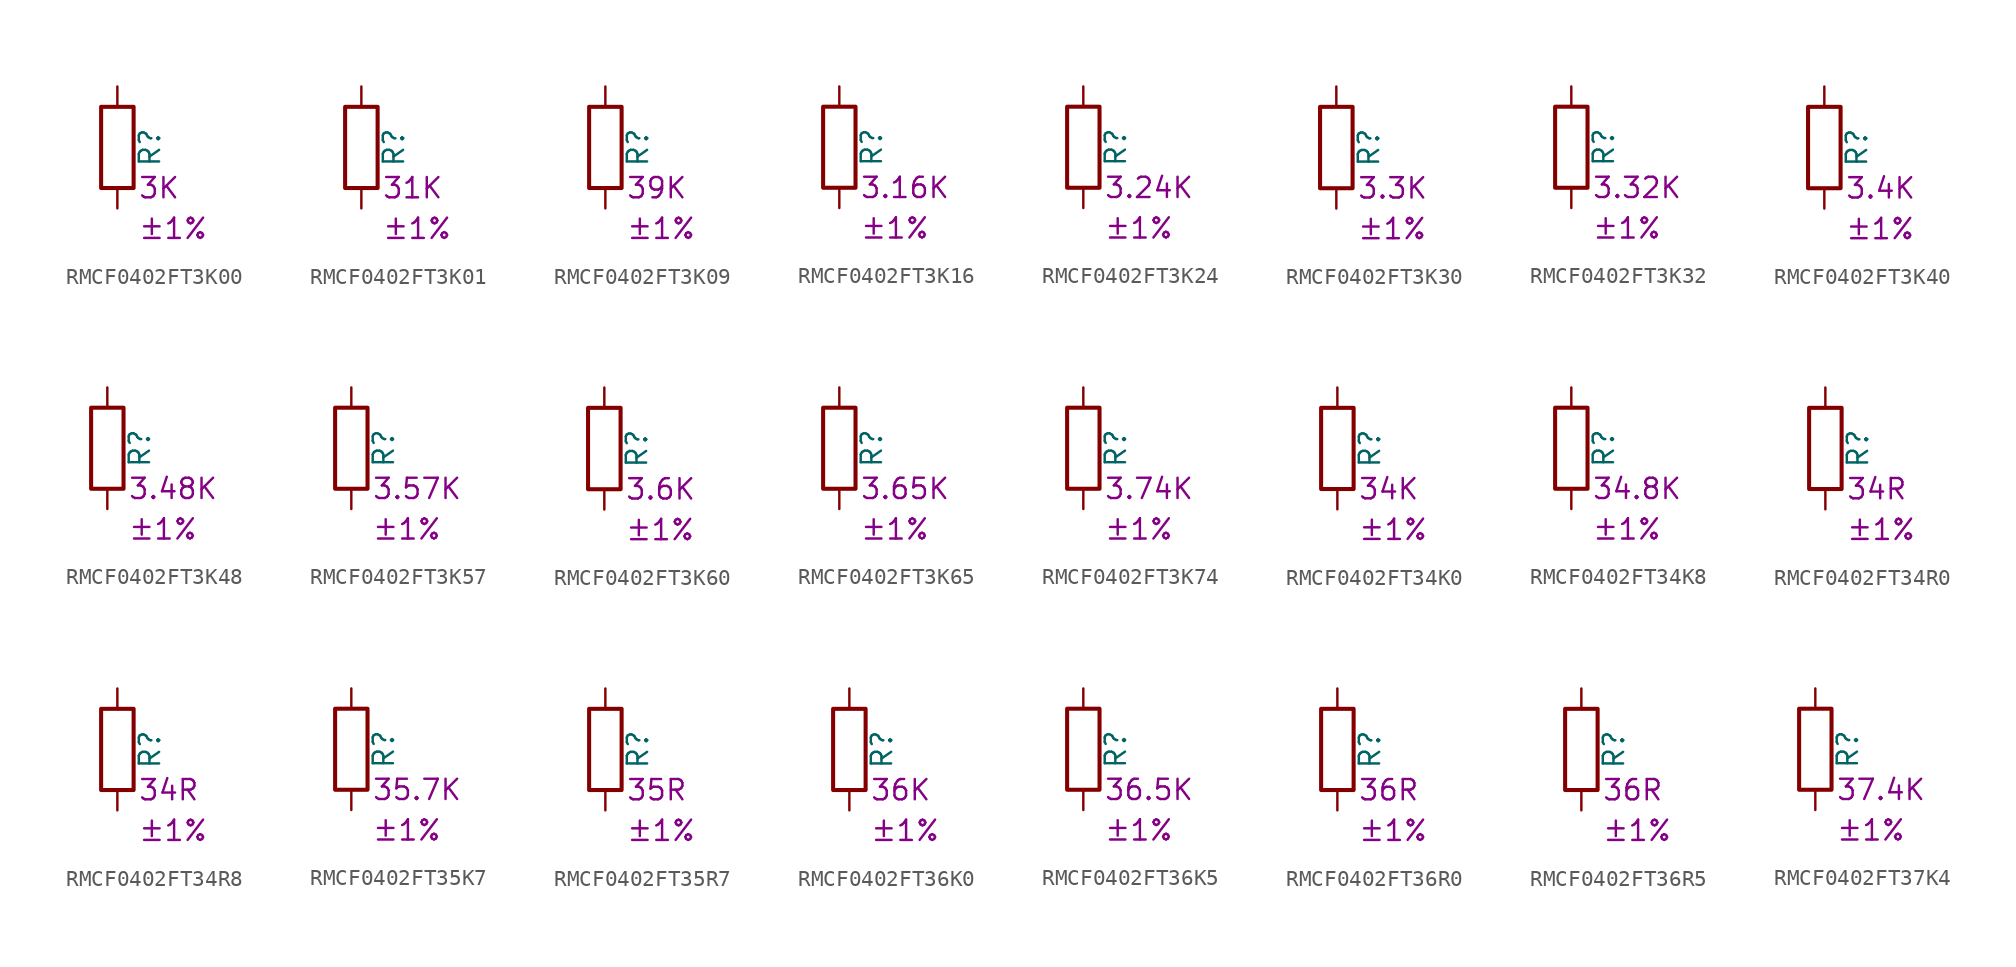
<source format=kicad_sym>
(kicad_symbol_lib
  (version 20220914)
  (generator kicad_symbol_editor)
  (symbol "RMCF0402FT3K00"
    (pin_numbers hide)
    (pin_names
      (offset 0))
    (property "Reference" "R"
      (at 2.032 0 90)
      (effects (font (size 1.27 1.27))))
    (property "Resistance" "3K"
      (at 1.27 -2.54 0)
      (effects (font (size 1.27 1.27)) (justify left)))
    (property "Tolerance" "±1%"
      (at 1.27 -5.08 0)
      (effects (font (size 1.27 1.27)) (justify left)))
    (symbol "RMCF0402FT3K00_0_1"
      (rectangle (start -1.016 -2.54) (end 1.016 2.54) (stroke (width 0.254) (type default)) (fill (type none))))
    (symbol "RMCF0402FT3K00_1_1"
      (pin passive line (at 0 3.81 270) (length 1.27) (name "~" (effects (font (size 1.27 1.27)))) (number "1" (effects (font (size 1.27 1.27)))))
      (pin passive line (at 0 -3.81 90) (length 1.27) (name "~" (effects (font (size 1.27 1.27)))) (number "2" (effects (font (size 1.27 1.27)))))))
  (symbol "RMCF0402FT3K01"
    (pin_numbers hide)
    (pin_names
      (offset 0))
    (property "Reference" "R"
      (at 2.032 0 90)
      (effects (font (size 1.27 1.27))))
    (property "Resistance" "31K"
      (at 1.27 -2.54 0)
      (effects (font (size 1.27 1.27)) (justify left)))
    (property "Tolerance" "±1%"
      (at 1.27 -5.08 0)
      (effects (font (size 1.27 1.27)) (justify left)))
    (symbol "RMCF0402FT3K01_0_1"
      (rectangle (start -1.016 -2.54) (end 1.016 2.54) (stroke (width 0.254) (type default)) (fill (type none))))
    (symbol "RMCF0402FT3K01_1_1"
      (pin passive line (at 0 3.81 270) (length 1.27) (name "~" (effects (font (size 1.27 1.27)))) (number "1" (effects (font (size 1.27 1.27)))))
      (pin passive line (at 0 -3.81 90) (length 1.27) (name "~" (effects (font (size 1.27 1.27)))) (number "2" (effects (font (size 1.27 1.27)))))))
  (symbol "RMCF0402FT3K09"
    (pin_numbers hide)
    (pin_names
      (offset 0))
    (property "Reference" "R"
      (at 2.032 0 90)
      (effects (font (size 1.27 1.27))))
    (property "Resistance" "39K"
      (at 1.27 -2.54 0)
      (effects (font (size 1.27 1.27)) (justify left)))
    (property "Tolerance" "±1%"
      (at 1.27 -5.08 0)
      (effects (font (size 1.27 1.27)) (justify left)))
    (symbol "RMCF0402FT3K09_0_1"
      (rectangle (start -1.016 -2.54) (end 1.016 2.54) (stroke (width 0.254) (type default)) (fill (type none))))
    (symbol "RMCF0402FT3K09_1_1"
      (pin passive line (at 0 3.81 270) (length 1.27) (name "~" (effects (font (size 1.27 1.27)))) (number "1" (effects (font (size 1.27 1.27)))))
      (pin passive line (at 0 -3.81 90) (length 1.27) (name "~" (effects (font (size 1.27 1.27)))) (number "2" (effects (font (size 1.27 1.27)))))))
  (symbol "RMCF0402FT3K16"
    (pin_numbers hide)
    (pin_names
      (offset 0))
    (property "Reference" "R"
      (at 2.032 0 90)
      (effects (font (size 1.27 1.27))))
    (property "Resistance" "3.16K"
      (at 1.27 -2.54 0)
      (effects (font (size 1.27 1.27)) (justify left)))
    (property "Tolerance" "±1%"
      (at 1.27 -5.08 0)
      (effects (font (size 1.27 1.27)) (justify left)))
    (symbol "RMCF0402FT3K16_0_1"
      (rectangle (start -1.016 -2.54) (end 1.016 2.54) (stroke (width 0.254) (type default)) (fill (type none))))
    (symbol "RMCF0402FT3K16_1_1"
      (pin passive line (at 0 3.81 270) (length 1.27) (name "~" (effects (font (size 1.27 1.27)))) (number "1" (effects (font (size 1.27 1.27)))))
      (pin passive line (at 0 -3.81 90) (length 1.27) (name "~" (effects (font (size 1.27 1.27)))) (number "2" (effects (font (size 1.27 1.27)))))))
  (symbol "RMCF0402FT3K24"
    (pin_numbers hide)
    (pin_names
      (offset 0))
    (property "Reference" "R"
      (at 2.032 0 90)
      (effects (font (size 1.27 1.27))))
    (property "Resistance" "3.24K"
      (at 1.27 -2.54 0)
      (effects (font (size 1.27 1.27)) (justify left)))
    (property "Tolerance" "±1%"
      (at 1.27 -5.08 0)
      (effects (font (size 1.27 1.27)) (justify left)))
    (symbol "RMCF0402FT3K24_0_1"
      (rectangle (start -1.016 -2.54) (end 1.016 2.54) (stroke (width 0.254) (type default)) (fill (type none))))
    (symbol "RMCF0402FT3K24_1_1"
      (pin passive line (at 0 3.81 270) (length 1.27) (name "~" (effects (font (size 1.27 1.27)))) (number "1" (effects (font (size 1.27 1.27)))))
      (pin passive line (at 0 -3.81 90) (length 1.27) (name "~" (effects (font (size 1.27 1.27)))) (number "2" (effects (font (size 1.27 1.27)))))))
  (symbol "RMCF0402FT3K30"
    (pin_numbers hide)
    (pin_names
      (offset 0))
    (property "Reference" "R"
      (at 2.032 0 90)
      (effects (font (size 1.27 1.27))))
    (property "Resistance" "3.3K"
      (at 1.27 -2.54 0)
      (effects (font (size 1.27 1.27)) (justify left)))
    (property "Tolerance" "±1%"
      (at 1.27 -5.08 0)
      (effects (font (size 1.27 1.27)) (justify left)))
    (symbol "RMCF0402FT3K30_0_1"
      (rectangle (start -1.016 -2.54) (end 1.016 2.54) (stroke (width 0.254) (type default)) (fill (type none))))
    (symbol "RMCF0402FT3K30_1_1"
      (pin passive line (at 0 3.81 270) (length 1.27) (name "~" (effects (font (size 1.27 1.27)))) (number "1" (effects (font (size 1.27 1.27)))))
      (pin passive line (at 0 -3.81 90) (length 1.27) (name "~" (effects (font (size 1.27 1.27)))) (number "2" (effects (font (size 1.27 1.27)))))))
  (symbol "RMCF0402FT3K32"
    (pin_numbers hide)
    (pin_names
      (offset 0))
    (property "Reference" "R"
      (at 2.032 0 90)
      (effects (font (size 1.27 1.27))))
    (property "Resistance" "3.32K"
      (at 1.27 -2.54 0)
      (effects (font (size 1.27 1.27)) (justify left)))
    (property "Tolerance" "±1%"
      (at 1.27 -5.08 0)
      (effects (font (size 1.27 1.27)) (justify left)))
    (symbol "RMCF0402FT3K32_0_1"
      (rectangle (start -1.016 -2.54) (end 1.016 2.54) (stroke (width 0.254) (type default)) (fill (type none))))
    (symbol "RMCF0402FT3K32_1_1"
      (pin passive line (at 0 3.81 270) (length 1.27) (name "~" (effects (font (size 1.27 1.27)))) (number "1" (effects (font (size 1.27 1.27)))))
      (pin passive line (at 0 -3.81 90) (length 1.27) (name "~" (effects (font (size 1.27 1.27)))) (number "2" (effects (font (size 1.27 1.27)))))))
  (symbol "RMCF0402FT3K40"
    (pin_numbers hide)
    (pin_names
      (offset 0))
    (property "Reference" "R"
      (at 2.032 0 90)
      (effects (font (size 1.27 1.27))))
    (property "Resistance" "3.4K"
      (at 1.27 -2.54 0)
      (effects (font (size 1.27 1.27)) (justify left)))
    (property "Tolerance" "±1%"
      (at 1.27 -5.08 0)
      (effects (font (size 1.27 1.27)) (justify left)))
    (symbol "RMCF0402FT3K40_0_1"
      (rectangle (start -1.016 -2.54) (end 1.016 2.54) (stroke (width 0.254) (type default)) (fill (type none))))
    (symbol "RMCF0402FT3K40_1_1"
      (pin passive line (at 0 3.81 270) (length 1.27) (name "~" (effects (font (size 1.27 1.27)))) (number "1" (effects (font (size 1.27 1.27)))))
      (pin passive line (at 0 -3.81 90) (length 1.27) (name "~" (effects (font (size 1.27 1.27)))) (number "2" (effects (font (size 1.27 1.27)))))))
  (symbol "RMCF0402FT3K48"
    (pin_numbers hide)
    (pin_names
      (offset 0))
    (property "Reference" "R"
      (at 2.032 0 90)
      (effects (font (size 1.27 1.27))))
    (property "Resistance" "3.48K"
      (at 1.27 -2.54 0)
      (effects (font (size 1.27 1.27)) (justify left)))
    (property "Tolerance" "±1%"
      (at 1.27 -5.08 0)
      (effects (font (size 1.27 1.27)) (justify left)))
    (symbol "RMCF0402FT3K48_0_1"
      (rectangle (start -1.016 -2.54) (end 1.016 2.54) (stroke (width 0.254) (type default)) (fill (type none))))
    (symbol "RMCF0402FT3K48_1_1"
      (pin passive line (at 0 3.81 270) (length 1.27) (name "~" (effects (font (size 1.27 1.27)))) (number "1" (effects (font (size 1.27 1.27)))))
      (pin passive line (at 0 -3.81 90) (length 1.27) (name "~" (effects (font (size 1.27 1.27)))) (number "2" (effects (font (size 1.27 1.27)))))))
  (symbol "RMCF0402FT3K57"
    (pin_numbers hide)
    (pin_names
      (offset 0))
    (property "Reference" "R"
      (at 2.032 0 90)
      (effects (font (size 1.27 1.27))))
    (property "Resistance" "3.57K"
      (at 1.27 -2.54 0)
      (effects (font (size 1.27 1.27)) (justify left)))
    (property "Tolerance" "±1%"
      (at 1.27 -5.08 0)
      (effects (font (size 1.27 1.27)) (justify left)))
    (symbol "RMCF0402FT3K57_0_1"
      (rectangle (start -1.016 -2.54) (end 1.016 2.54) (stroke (width 0.254) (type default)) (fill (type none))))
    (symbol "RMCF0402FT3K57_1_1"
      (pin passive line (at 0 3.81 270) (length 1.27) (name "~" (effects (font (size 1.27 1.27)))) (number "1" (effects (font (size 1.27 1.27)))))
      (pin passive line (at 0 -3.81 90) (length 1.27) (name "~" (effects (font (size 1.27 1.27)))) (number "2" (effects (font (size 1.27 1.27)))))))
  (symbol "RMCF0402FT3K60"
    (pin_numbers hide)
    (pin_names
      (offset 0))
    (property "Reference" "R"
      (at 2.032 0 90)
      (effects (font (size 1.27 1.27))))
    (property "Resistance" "3.6K"
      (at 1.27 -2.54 0)
      (effects (font (size 1.27 1.27)) (justify left)))
    (property "Tolerance" "±1%"
      (at 1.27 -5.08 0)
      (effects (font (size 1.27 1.27)) (justify left)))
    (symbol "RMCF0402FT3K60_0_1"
      (rectangle (start -1.016 -2.54) (end 1.016 2.54) (stroke (width 0.254) (type default)) (fill (type none))))
    (symbol "RMCF0402FT3K60_1_1"
      (pin passive line (at 0 3.81 270) (length 1.27) (name "~" (effects (font (size 1.27 1.27)))) (number "1" (effects (font (size 1.27 1.27)))))
      (pin passive line (at 0 -3.81 90) (length 1.27) (name "~" (effects (font (size 1.27 1.27)))) (number "2" (effects (font (size 1.27 1.27)))))))
  (symbol "RMCF0402FT3K65"
    (pin_numbers hide)
    (pin_names
      (offset 0))
    (property "Reference" "R"
      (at 2.032 0 90)
      (effects (font (size 1.27 1.27))))
    (property "Resistance" "3.65K"
      (at 1.27 -2.54 0)
      (effects (font (size 1.27 1.27)) (justify left)))
    (property "Tolerance" "±1%"
      (at 1.27 -5.08 0)
      (effects (font (size 1.27 1.27)) (justify left)))
    (symbol "RMCF0402FT3K65_0_1"
      (rectangle (start -1.016 -2.54) (end 1.016 2.54) (stroke (width 0.254) (type default)) (fill (type none))))
    (symbol "RMCF0402FT3K65_1_1"
      (pin passive line (at 0 3.81 270) (length 1.27) (name "~" (effects (font (size 1.27 1.27)))) (number "1" (effects (font (size 1.27 1.27)))))
      (pin passive line (at 0 -3.81 90) (length 1.27) (name "~" (effects (font (size 1.27 1.27)))) (number "2" (effects (font (size 1.27 1.27)))))))
  (symbol "RMCF0402FT3K74"
    (pin_numbers hide)
    (pin_names
      (offset 0))
    (property "Reference" "R"
      (at 2.032 0 90)
      (effects (font (size 1.27 1.27))))
    (property "Resistance" "3.74K"
      (at 1.27 -2.54 0)
      (effects (font (size 1.27 1.27)) (justify left)))
    (property "Tolerance" "±1%"
      (at 1.27 -5.08 0)
      (effects (font (size 1.27 1.27)) (justify left)))
    (symbol "RMCF0402FT3K74_0_1"
      (rectangle (start -1.016 -2.54) (end 1.016 2.54) (stroke (width 0.254) (type default)) (fill (type none))))
    (symbol "RMCF0402FT3K74_1_1"
      (pin passive line (at 0 3.81 270) (length 1.27) (name "~" (effects (font (size 1.27 1.27)))) (number "1" (effects (font (size 1.27 1.27)))))
      (pin passive line (at 0 -3.81 90) (length 1.27) (name "~" (effects (font (size 1.27 1.27)))) (number "2" (effects (font (size 1.27 1.27)))))))
  (symbol "RMCF0402FT34K0"
    (pin_numbers hide)
    (pin_names
      (offset 0))
    (property "Reference" "R"
      (at 2.032 0 90)
      (effects (font (size 1.27 1.27))))
    (property "Resistance" "34K"
      (at 1.27 -2.54 0)
      (effects (font (size 1.27 1.27)) (justify left)))
    (property "Tolerance" "±1%"
      (at 1.27 -5.08 0)
      (effects (font (size 1.27 1.27)) (justify left)))
    (symbol "RMCF0402FT34K0_0_1"
      (rectangle (start -1.016 -2.54) (end 1.016 2.54) (stroke (width 0.254) (type default)) (fill (type none))))
    (symbol "RMCF0402FT34K0_1_1"
      (pin passive line (at 0 3.81 270) (length 1.27) (name "~" (effects (font (size 1.27 1.27)))) (number "1" (effects (font (size 1.27 1.27)))))
      (pin passive line (at 0 -3.81 90) (length 1.27) (name "~" (effects (font (size 1.27 1.27)))) (number "2" (effects (font (size 1.27 1.27)))))))
  (symbol "RMCF0402FT34K8"
    (pin_numbers hide)
    (pin_names
      (offset 0))
    (property "Reference" "R"
      (at 2.032 0 90)
      (effects (font (size 1.27 1.27))))
    (property "Resistance" "34.8K"
      (at 1.27 -2.54 0)
      (effects (font (size 1.27 1.27)) (justify left)))
    (property "Tolerance" "±1%"
      (at 1.27 -5.08 0)
      (effects (font (size 1.27 1.27)) (justify left)))
    (symbol "RMCF0402FT34K8_0_1"
      (rectangle (start -1.016 -2.54) (end 1.016 2.54) (stroke (width 0.254) (type default)) (fill (type none))))
    (symbol "RMCF0402FT34K8_1_1"
      (pin passive line (at 0 3.81 270) (length 1.27) (name "~" (effects (font (size 1.27 1.27)))) (number "1" (effects (font (size 1.27 1.27)))))
      (pin passive line (at 0 -3.81 90) (length 1.27) (name "~" (effects (font (size 1.27 1.27)))) (number "2" (effects (font (size 1.27 1.27)))))))
  (symbol "RMCF0402FT34R0"
    (pin_numbers hide)
    (pin_names
      (offset 0))
    (property "Reference" "R"
      (at 2.032 0 90)
      (effects (font (size 1.27 1.27))))
    (property "Resistance" "34R"
      (at 1.27 -2.54 0)
      (effects (font (size 1.27 1.27)) (justify left)))
    (property "Tolerance" "±1%"
      (at 1.27 -5.08 0)
      (effects (font (size 1.27 1.27)) (justify left)))
    (symbol "RMCF0402FT34R0_0_1"
      (rectangle (start -1.016 -2.54) (end 1.016 2.54) (stroke (width 0.254) (type default)) (fill (type none))))
    (symbol "RMCF0402FT34R0_1_1"
      (pin passive line (at 0 3.81 270) (length 1.27) (name "~" (effects (font (size 1.27 1.27)))) (number "1" (effects (font (size 1.27 1.27)))))
      (pin passive line (at 0 -3.81 90) (length 1.27) (name "~" (effects (font (size 1.27 1.27)))) (number "2" (effects (font (size 1.27 1.27)))))))
  (symbol "RMCF0402FT34R8"
    (pin_numbers hide)
    (pin_names
      (offset 0))
    (property "Reference" "R"
      (at 2.032 0 90)
      (effects (font (size 1.27 1.27))))
    (property "Resistance" "34R"
      (at 1.27 -2.54 0)
      (effects (font (size 1.27 1.27)) (justify left)))
    (property "Tolerance" "±1%"
      (at 1.27 -5.08 0)
      (effects (font (size 1.27 1.27)) (justify left)))
    (symbol "RMCF0402FT34R8_0_1"
      (rectangle (start -1.016 -2.54) (end 1.016 2.54) (stroke (width 0.254) (type default)) (fill (type none))))
    (symbol "RMCF0402FT34R8_1_1"
      (pin passive line (at 0 3.81 270) (length 1.27) (name "~" (effects (font (size 1.27 1.27)))) (number "1" (effects (font (size 1.27 1.27)))))
      (pin passive line (at 0 -3.81 90) (length 1.27) (name "~" (effects (font (size 1.27 1.27)))) (number "2" (effects (font (size 1.27 1.27)))))))
  (symbol "RMCF0402FT35K7"
    (pin_numbers hide)
    (pin_names
      (offset 0))
    (property "Reference" "R"
      (at 2.032 0 90)
      (effects (font (size 1.27 1.27))))
    (property "Resistance" "35.7K"
      (at 1.27 -2.54 0)
      (effects (font (size 1.27 1.27)) (justify left)))
    (property "Tolerance" "±1%"
      (at 1.27 -5.08 0)
      (effects (font (size 1.27 1.27)) (justify left)))
    (symbol "RMCF0402FT35K7_0_1"
      (rectangle (start -1.016 -2.54) (end 1.016 2.54) (stroke (width 0.254) (type default)) (fill (type none))))
    (symbol "RMCF0402FT35K7_1_1"
      (pin passive line (at 0 3.81 270) (length 1.27) (name "~" (effects (font (size 1.27 1.27)))) (number "1" (effects (font (size 1.27 1.27)))))
      (pin passive line (at 0 -3.81 90) (length 1.27) (name "~" (effects (font (size 1.27 1.27)))) (number "2" (effects (font (size 1.27 1.27)))))))
  (symbol "RMCF0402FT35R7"
    (pin_numbers hide)
    (pin_names
      (offset 0))
    (property "Reference" "R"
      (at 2.032 0 90)
      (effects (font (size 1.27 1.27))))
    (property "Resistance" "35R"
      (at 1.27 -2.54 0)
      (effects (font (size 1.27 1.27)) (justify left)))
    (property "Tolerance" "±1%"
      (at 1.27 -5.08 0)
      (effects (font (size 1.27 1.27)) (justify left)))
    (symbol "RMCF0402FT35R7_0_1"
      (rectangle (start -1.016 -2.54) (end 1.016 2.54) (stroke (width 0.254) (type default)) (fill (type none))))
    (symbol "RMCF0402FT35R7_1_1"
      (pin passive line (at 0 3.81 270) (length 1.27) (name "~" (effects (font (size 1.27 1.27)))) (number "1" (effects (font (size 1.27 1.27)))))
      (pin passive line (at 0 -3.81 90) (length 1.27) (name "~" (effects (font (size 1.27 1.27)))) (number "2" (effects (font (size 1.27 1.27)))))))
  (symbol "RMCF0402FT36K0"
    (pin_numbers hide)
    (pin_names
      (offset 0))
    (property "Reference" "R"
      (at 2.032 0 90)
      (effects (font (size 1.27 1.27))))
    (property "Resistance" "36K"
      (at 1.27 -2.54 0)
      (effects (font (size 1.27 1.27)) (justify left)))
    (property "Tolerance" "±1%"
      (at 1.27 -5.08 0)
      (effects (font (size 1.27 1.27)) (justify left)))
    (symbol "RMCF0402FT36K0_0_1"
      (rectangle (start -1.016 -2.54) (end 1.016 2.54) (stroke (width 0.254) (type default)) (fill (type none))))
    (symbol "RMCF0402FT36K0_1_1"
      (pin passive line (at 0 3.81 270) (length 1.27) (name "~" (effects (font (size 1.27 1.27)))) (number "1" (effects (font (size 1.27 1.27)))))
      (pin passive line (at 0 -3.81 90) (length 1.27) (name "~" (effects (font (size 1.27 1.27)))) (number "2" (effects (font (size 1.27 1.27)))))))
  (symbol "RMCF0402FT36K5"
    (pin_numbers hide)
    (pin_names
      (offset 0))
    (property "Reference" "R"
      (at 2.032 0 90)
      (effects (font (size 1.27 1.27))))
    (property "Resistance" "36.5K"
      (at 1.27 -2.54 0)
      (effects (font (size 1.27 1.27)) (justify left)))
    (property "Tolerance" "±1%"
      (at 1.27 -5.08 0)
      (effects (font (size 1.27 1.27)) (justify left)))
    (symbol "RMCF0402FT36K5_0_1"
      (rectangle (start -1.016 -2.54) (end 1.016 2.54) (stroke (width 0.254) (type default)) (fill (type none))))
    (symbol "RMCF0402FT36K5_1_1"
      (pin passive line (at 0 3.81 270) (length 1.27) (name "~" (effects (font (size 1.27 1.27)))) (number "1" (effects (font (size 1.27 1.27)))))
      (pin passive line (at 0 -3.81 90) (length 1.27) (name "~" (effects (font (size 1.27 1.27)))) (number "2" (effects (font (size 1.27 1.27)))))))
  (symbol "RMCF0402FT36R0"
    (pin_numbers hide)
    (pin_names
      (offset 0))
    (property "Reference" "R"
      (at 2.032 0 90)
      (effects (font (size 1.27 1.27))))
    (property "Resistance" "36R"
      (at 1.27 -2.54 0)
      (effects (font (size 1.27 1.27)) (justify left)))
    (property "Tolerance" "±1%"
      (at 1.27 -5.08 0)
      (effects (font (size 1.27 1.27)) (justify left)))
    (symbol "RMCF0402FT36R0_0_1"
      (rectangle (start -1.016 -2.54) (end 1.016 2.54) (stroke (width 0.254) (type default)) (fill (type none))))
    (symbol "RMCF0402FT36R0_1_1"
      (pin passive line (at 0 3.81 270) (length 1.27) (name "~" (effects (font (size 1.27 1.27)))) (number "1" (effects (font (size 1.27 1.27)))))
      (pin passive line (at 0 -3.81 90) (length 1.27) (name "~" (effects (font (size 1.27 1.27)))) (number "2" (effects (font (size 1.27 1.27)))))))
  (symbol "RMCF0402FT36R5"
    (pin_numbers hide)
    (pin_names
      (offset 0))
    (property "Reference" "R"
      (at 2.032 0 90)
      (effects (font (size 1.27 1.27))))
    (property "Resistance" "36R"
      (at 1.27 -2.54 0)
      (effects (font (size 1.27 1.27)) (justify left)))
    (property "Tolerance" "±1%"
      (at 1.27 -5.08 0)
      (effects (font (size 1.27 1.27)) (justify left)))
    (symbol "RMCF0402FT36R5_0_1"
      (rectangle (start -1.016 -2.54) (end 1.016 2.54) (stroke (width 0.254) (type default)) (fill (type none))))
    (symbol "RMCF0402FT36R5_1_1"
      (pin passive line (at 0 3.81 270) (length 1.27) (name "~" (effects (font (size 1.27 1.27)))) (number "1" (effects (font (size 1.27 1.27)))))
      (pin passive line (at 0 -3.81 90) (length 1.27) (name "~" (effects (font (size 1.27 1.27)))) (number "2" (effects (font (size 1.27 1.27)))))))
  (symbol "RMCF0402FT37K4"
    (pin_numbers hide)
    (pin_names
      (offset 0))
    (property "Reference" "R"
      (at 2.032 0 90)
      (effects (font (size 1.27 1.27))))
    (property "Resistance" "37.4K"
      (at 1.27 -2.54 0)
      (effects (font (size 1.27 1.27)) (justify left)))
    (property "Tolerance" "±1%"
      (at 1.27 -5.08 0)
      (effects (font (size 1.27 1.27)) (justify left)))
    (symbol "RMCF0402FT37K4_0_1"
      (rectangle (start -1.016 -2.54) (end 1.016 2.54) (stroke (width 0.254) (type default)) (fill (type none))))
    (symbol "RMCF0402FT37K4_1_1"
      (pin passive line (at 0 3.81 270) (length 1.27) (name "~" (effects (font (size 1.27 1.27)))) (number "1" (effects (font (size 1.27 1.27)))))
      (pin passive line (at 0 -3.81 90) (length 1.27) (name "~" (effects (font (size 1.27 1.27)))) (number "2" (effects (font (size 1.27 1.27))))))))
</source>
